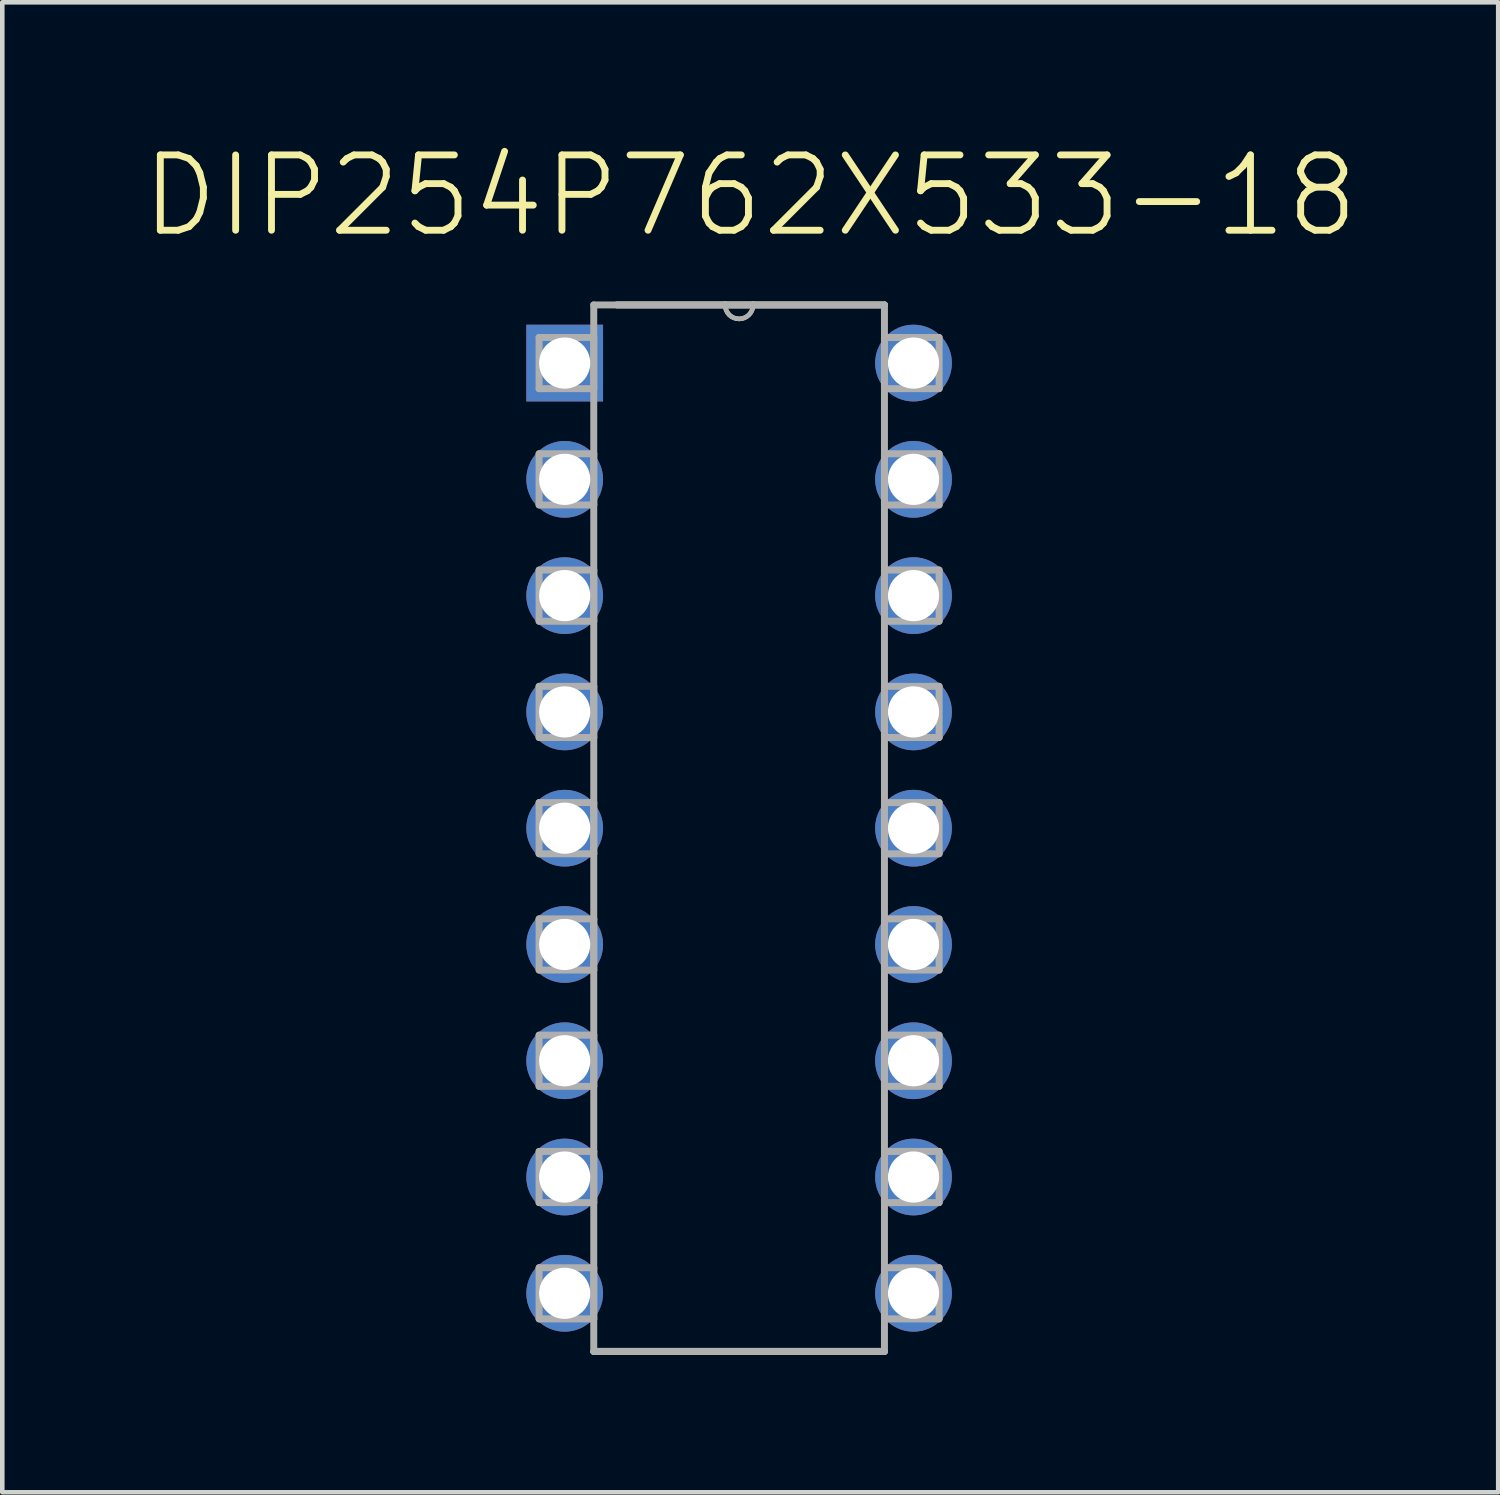
<source format=kicad_pcb>
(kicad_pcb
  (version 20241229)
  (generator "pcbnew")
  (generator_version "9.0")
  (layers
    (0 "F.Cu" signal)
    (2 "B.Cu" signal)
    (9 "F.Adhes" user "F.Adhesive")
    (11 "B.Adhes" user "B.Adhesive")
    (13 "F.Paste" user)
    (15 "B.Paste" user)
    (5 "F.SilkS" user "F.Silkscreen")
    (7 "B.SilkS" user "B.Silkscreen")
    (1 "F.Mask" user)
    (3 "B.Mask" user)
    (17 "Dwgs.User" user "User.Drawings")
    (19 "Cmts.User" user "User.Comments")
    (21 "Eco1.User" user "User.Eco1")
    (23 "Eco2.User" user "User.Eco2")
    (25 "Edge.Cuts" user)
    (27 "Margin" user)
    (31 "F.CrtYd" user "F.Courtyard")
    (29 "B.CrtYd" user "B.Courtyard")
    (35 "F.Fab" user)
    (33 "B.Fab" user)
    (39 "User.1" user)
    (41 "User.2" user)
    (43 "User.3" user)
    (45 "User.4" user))
  (footprint "DIP254P762X533-18"
    (layer "F.Cu")
    (at 16.905 25.201)
    (property "Reference" "DIP254P762X533-18" (at -3.567 -23.975 0) (layer "F.SilkS") (effects (font (size 1.645 1.645) (thickness 0.15))))
    (attr through_hole)
    (fp_line (start -6.985 1.27) (end -0.635 1.27) (stroke (width 0.152) (type solid)) (layer "F.SilkS"))
    (fp_line (start -4.115 -21.59) (end -6.477 -21.59) (stroke (width 0.152) (type solid)) (layer "F.SilkS"))
    (fp_line (start -3.505 -21.59) (end -4.115 -21.59) (stroke (width 0.152) (type solid)) (layer "F.SilkS"))
    (fp_line (start -0.635 -21.59) (end -3.505 -21.59) (stroke (width 0.152) (type solid)) (layer "F.SilkS"))
    (fp_arc (start -3.5052 -21.59) (mid -3.81 -21.2852) (end -4.1148 -21.59) (stroke (width 0.1) (type solid)) (layer "F.SilkS"))
    (fp_line (start -8.179 -20.879) (end -8.179 -19.761) (stroke (width 0.152) (type solid)) (layer "F.Fab"))
    (fp_line (start -8.179 -19.761) (end -6.985 -19.761) (stroke (width 0.152) (type solid)) (layer "F.Fab"))
    (fp_line (start -8.179 -18.339) (end -8.179 -17.221) (stroke (width 0.152) (type solid)) (layer "F.Fab"))
    (fp_line (start -8.179 -17.221) (end -6.985 -17.221) (stroke (width 0.152) (type solid)) (layer "F.Fab"))
    (fp_line (start -8.179 -15.799) (end -8.179 -14.681) (stroke (width 0.152) (type solid)) (layer "F.Fab"))
    (fp_line (start -8.179 -14.681) (end -6.985 -14.681) (stroke (width 0.152) (type solid)) (layer "F.Fab"))
    (fp_line (start -8.179 -13.259) (end -8.179 -12.141) (stroke (width 0.152) (type solid)) (layer "F.Fab"))
    (fp_line (start -8.179 -12.141) (end -6.985 -12.141) (stroke (width 0.152) (type solid)) (layer "F.Fab"))
    (fp_line (start -8.179 -10.719) (end -8.179 -9.601) (stroke (width 0.152) (type solid)) (layer "F.Fab"))
    (fp_line (start -8.179 -9.601) (end -6.985 -9.601) (stroke (width 0.152) (type solid)) (layer "F.Fab"))
    (fp_line (start -8.179 -8.179) (end -8.179 -7.061) (stroke (width 0.152) (type solid)) (layer "F.Fab"))
    (fp_line (start -8.179 -7.061) (end -6.985 -7.061) (stroke (width 0.152) (type solid)) (layer "F.Fab"))
    (fp_line (start -8.179 -5.639) (end -8.179 -4.521) (stroke (width 0.152) (type solid)) (layer "F.Fab"))
    (fp_line (start -8.179 -4.521) (end -6.985 -4.521) (stroke (width 0.152) (type solid)) (layer "F.Fab"))
    (fp_line (start -8.179 -3.099) (end -8.179 -1.981) (stroke (width 0.152) (type solid)) (layer "F.Fab"))
    (fp_line (start -8.179 -1.981) (end -6.985 -1.981) (stroke (width 0.152) (type solid)) (layer "F.Fab"))
    (fp_line (start -8.179 -0.559) (end -8.179 0.559) (stroke (width 0.152) (type solid)) (layer "F.Fab"))
    (fp_line (start -8.179 0.559) (end -6.985 0.559) (stroke (width 0.152) (type solid)) (layer "F.Fab"))
    (fp_line (start -6.985 -21.59) (end -6.985 1.27) (stroke (width 0.152) (type solid)) (layer "F.Fab"))
    (fp_line (start -6.985 -20.879) (end -8.179 -20.879) (stroke (width 0.152) (type solid)) (layer "F.Fab"))
    (fp_line (start -6.985 -19.761) (end -6.985 -20.879) (stroke (width 0.152) (type solid)) (layer "F.Fab"))
    (fp_line (start -6.985 -18.339) (end -8.179 -18.339) (stroke (width 0.152) (type solid)) (layer "F.Fab"))
    (fp_line (start -6.985 -17.221) (end -6.985 -18.339) (stroke (width 0.152) (type solid)) (layer "F.Fab"))
    (fp_line (start -6.985 -15.799) (end -8.179 -15.799) (stroke (width 0.152) (type solid)) (layer "F.Fab"))
    (fp_line (start -6.985 -14.681) (end -6.985 -15.799) (stroke (width 0.152) (type solid)) (layer "F.Fab"))
    (fp_line (start -6.985 -13.259) (end -8.179 -13.259) (stroke (width 0.152) (type solid)) (layer "F.Fab"))
    (fp_line (start -6.985 -12.141) (end -6.985 -13.259) (stroke (width 0.152) (type solid)) (layer "F.Fab"))
    (fp_line (start -6.985 -10.719) (end -8.179 -10.719) (stroke (width 0.152) (type solid)) (layer "F.Fab"))
    (fp_line (start -6.985 -9.601) (end -6.985 -10.719) (stroke (width 0.152) (type solid)) (layer "F.Fab"))
    (fp_line (start -6.985 -8.179) (end -8.179 -8.179) (stroke (width 0.152) (type solid)) (layer "F.Fab"))
    (fp_line (start -6.985 -7.061) (end -6.985 -8.179) (stroke (width 0.152) (type solid)) (layer "F.Fab"))
    (fp_line (start -6.985 -5.639) (end -8.179 -5.639) (stroke (width 0.152) (type solid)) (layer "F.Fab"))
    (fp_line (start -6.985 -4.521) (end -6.985 -5.639) (stroke (width 0.152) (type solid)) (layer "F.Fab"))
    (fp_line (start -6.985 -3.099) (end -8.179 -3.099) (stroke (width 0.152) (type solid)) (layer "F.Fab"))
    (fp_line (start -6.985 -1.981) (end -6.985 -3.099) (stroke (width 0.152) (type solid)) (layer "F.Fab"))
    (fp_line (start -6.985 -0.559) (end -8.179 -0.559) (stroke (width 0.152) (type solid)) (layer "F.Fab"))
    (fp_line (start -6.985 0.559) (end -6.985 -0.559) (stroke (width 0.152) (type solid)) (layer "F.Fab"))
    (fp_line (start -6.985 1.27) (end -0.635 1.27) (stroke (width 0.152) (type solid)) (layer "F.Fab"))
    (fp_line (start -4.115 -21.59) (end -6.985 -21.59) (stroke (width 0.152) (type solid)) (layer "F.Fab"))
    (fp_line (start -3.505 -21.59) (end -4.115 -21.59) (stroke (width 0.152) (type solid)) (layer "F.Fab"))
    (fp_line (start -0.635 -21.59) (end -3.505 -21.59) (stroke (width 0.152) (type solid)) (layer "F.Fab"))
    (fp_line (start -0.635 -20.879) (end -0.635 -19.761) (stroke (width 0.152) (type solid)) (layer "F.Fab"))
    (fp_line (start -0.635 -19.761) (end 0.559 -19.761) (stroke (width 0.152) (type solid)) (layer "F.Fab"))
    (fp_line (start -0.635 -18.339) (end -0.635 -17.221) (stroke (width 0.152) (type solid)) (layer "F.Fab"))
    (fp_line (start -0.635 -17.221) (end 0.559 -17.221) (stroke (width 0.152) (type solid)) (layer "F.Fab"))
    (fp_line (start -0.635 -15.799) (end -0.635 -14.681) (stroke (width 0.152) (type solid)) (layer "F.Fab"))
    (fp_line (start -0.635 -14.681) (end 0.559 -14.681) (stroke (width 0.152) (type solid)) (layer "F.Fab"))
    (fp_line (start -0.635 -13.259) (end -0.635 -12.141) (stroke (width 0.152) (type solid)) (layer "F.Fab"))
    (fp_line (start -0.635 -12.141) (end 0.559 -12.141) (stroke (width 0.152) (type solid)) (layer "F.Fab"))
    (fp_line (start -0.635 -10.719) (end -0.635 -9.601) (stroke (width 0.152) (type solid)) (layer "F.Fab"))
    (fp_line (start -0.635 -9.601) (end 0.559 -9.601) (stroke (width 0.152) (type solid)) (layer "F.Fab"))
    (fp_line (start -0.635 -8.179) (end -0.635 -7.061) (stroke (width 0.152) (type solid)) (layer "F.Fab"))
    (fp_line (start -0.635 -7.061) (end 0.559 -7.061) (stroke (width 0.152) (type solid)) (layer "F.Fab"))
    (fp_line (start -0.635 -5.639) (end -0.635 -4.521) (stroke (width 0.152) (type solid)) (layer "F.Fab"))
    (fp_line (start -0.635 -4.521) (end 0.559 -4.521) (stroke (width 0.152) (type solid)) (layer "F.Fab"))
    (fp_line (start -0.635 -3.099) (end -0.635 -1.981) (stroke (width 0.152) (type solid)) (layer "F.Fab"))
    (fp_line (start -0.635 -1.981) (end 0.559 -1.981) (stroke (width 0.152) (type solid)) (layer "F.Fab"))
    (fp_line (start -0.635 -0.559) (end -0.635 0.559) (stroke (width 0.152) (type solid)) (layer "F.Fab"))
    (fp_line (start -0.635 0.559) (end 0.559 0.559) (stroke (width 0.152) (type solid)) (layer "F.Fab"))
    (fp_line (start -0.635 1.27) (end -0.635 -21.59) (stroke (width 0.152) (type solid)) (layer "F.Fab"))
    (fp_line (start 0.559 -20.879) (end -0.635 -20.879) (stroke (width 0.152) (type solid)) (layer "F.Fab"))
    (fp_line (start 0.559 -19.761) (end 0.559 -20.879) (stroke (width 0.152) (type solid)) (layer "F.Fab"))
    (fp_line (start 0.559 -18.339) (end -0.635 -18.339) (stroke (width 0.152) (type solid)) (layer "F.Fab"))
    (fp_line (start 0.559 -17.221) (end 0.559 -18.339) (stroke (width 0.152) (type solid)) (layer "F.Fab"))
    (fp_line (start 0.559 -15.799) (end -0.635 -15.799) (stroke (width 0.152) (type solid)) (layer "F.Fab"))
    (fp_line (start 0.559 -14.681) (end 0.559 -15.799) (stroke (width 0.152) (type solid)) (layer "F.Fab"))
    (fp_line (start 0.559 -13.259) (end -0.635 -13.259) (stroke (width 0.152) (type solid)) (layer "F.Fab"))
    (fp_line (start 0.559 -12.141) (end 0.559 -13.259) (stroke (width 0.152) (type solid)) (layer "F.Fab"))
    (fp_line (start 0.559 -10.719) (end -0.635 -10.719) (stroke (width 0.152) (type solid)) (layer "F.Fab"))
    (fp_line (start 0.559 -9.601) (end 0.559 -10.719) (stroke (width 0.152) (type solid)) (layer "F.Fab"))
    (fp_line (start 0.559 -8.179) (end -0.635 -8.179) (stroke (width 0.152) (type solid)) (layer "F.Fab"))
    (fp_line (start 0.559 -7.061) (end 0.559 -8.179) (stroke (width 0.152) (type solid)) (layer "F.Fab"))
    (fp_line (start 0.559 -5.639) (end -0.635 -5.639) (stroke (width 0.152) (type solid)) (layer "F.Fab"))
    (fp_line (start 0.559 -4.521) (end 0.559 -5.639) (stroke (width 0.152) (type solid)) (layer "F.Fab"))
    (fp_line (start 0.559 -3.099) (end -0.635 -3.099) (stroke (width 0.152) (type solid)) (layer "F.Fab"))
    (fp_line (start 0.559 -1.981) (end 0.559 -3.099) (stroke (width 0.152) (type solid)) (layer "F.Fab"))
    (fp_line (start 0.559 -0.559) (end -0.635 -0.559) (stroke (width 0.152) (type solid)) (layer "F.Fab"))
    (fp_line (start 0.559 0.559) (end 0.559 -0.559) (stroke (width 0.152) (type solid)) (layer "F.Fab"))
    (fp_arc (start -3.5052 -21.59) (mid -3.81 -21.2852) (end -4.1148 -21.59) (stroke (width 0.1) (type solid)) (layer "F.Fab"))
    (pad "1" thru_hole rect (at -7.62 -20.32) (size 1.676 1.676) (drill 1.118) (layers "*.Cu" "*.Mask"))
    (pad "2" thru_hole circle (at -7.62 -17.78) (size 1.676 1.676) (drill 1.118) (layers "*.Cu" "*.Mask"))
    (pad "3" thru_hole circle (at -7.62 -15.24) (size 1.676 1.676) (drill 1.118) (layers "*.Cu" "*.Mask"))
    (pad "4" thru_hole circle (at -7.62 -12.7) (size 1.676 1.676) (drill 1.118) (layers "*.Cu" "*.Mask"))
    (pad "5" thru_hole circle (at -7.62 -10.16) (size 1.676 1.676) (drill 1.118) (layers "*.Cu" "*.Mask"))
    (pad "6" thru_hole circle (at -7.62 -7.62) (size 1.676 1.676) (drill 1.118) (layers "*.Cu" "*.Mask"))
    (pad "7" thru_hole circle (at -7.62 -5.08) (size 1.676 1.676) (drill 1.118) (layers "*.Cu" "*.Mask"))
    (pad "8" thru_hole circle (at -7.62 -2.54) (size 1.676 1.676) (drill 1.118) (layers "*.Cu" "*.Mask"))
    (pad "9" thru_hole circle (at -7.62 0) (size 1.676 1.676) (drill 1.118) (layers "*.Cu" "*.Mask"))
    (pad "10" thru_hole circle (at 0 0) (size 1.676 1.676) (drill 1.118) (layers "*.Cu" "*.Mask"))
    (pad "11" thru_hole circle (at 0 -2.54) (size 1.676 1.676) (drill 1.118) (layers "*.Cu" "*.Mask"))
    (pad "12" thru_hole circle (at 0 -5.08) (size 1.676 1.676) (drill 1.118) (layers "*.Cu" "*.Mask"))
    (pad "13" thru_hole circle (at 0 -7.62) (size 1.676 1.676) (drill 1.118) (layers "*.Cu" "*.Mask"))
    (pad "14" thru_hole circle (at 0 -10.16) (size 1.676 1.676) (drill 1.118) (layers "*.Cu" "*.Mask"))
    (pad "15" thru_hole circle (at 0 -12.7) (size 1.676 1.676) (drill 1.118) (layers "*.Cu" "*.Mask"))
    (pad "16" thru_hole circle (at 0 -15.24) (size 1.676 1.676) (drill 1.118) (layers "*.Cu" "*.Mask"))
    (pad "17" thru_hole circle (at 0 -17.78) (size 1.676 1.676) (drill 1.118) (layers "*.Cu" "*.Mask"))
    (pad "18" thru_hole circle (at 0 -20.32) (size 1.676 1.676) (drill 1.118) (layers "*.Cu" "*.Mask")))
  (gr_rect
    (start -3 -3)
    (end 29.677 29.547)
    (stroke (width 0.1) (type default))
    (fill no)
    (layer "Edge.Cuts")))
</source>
